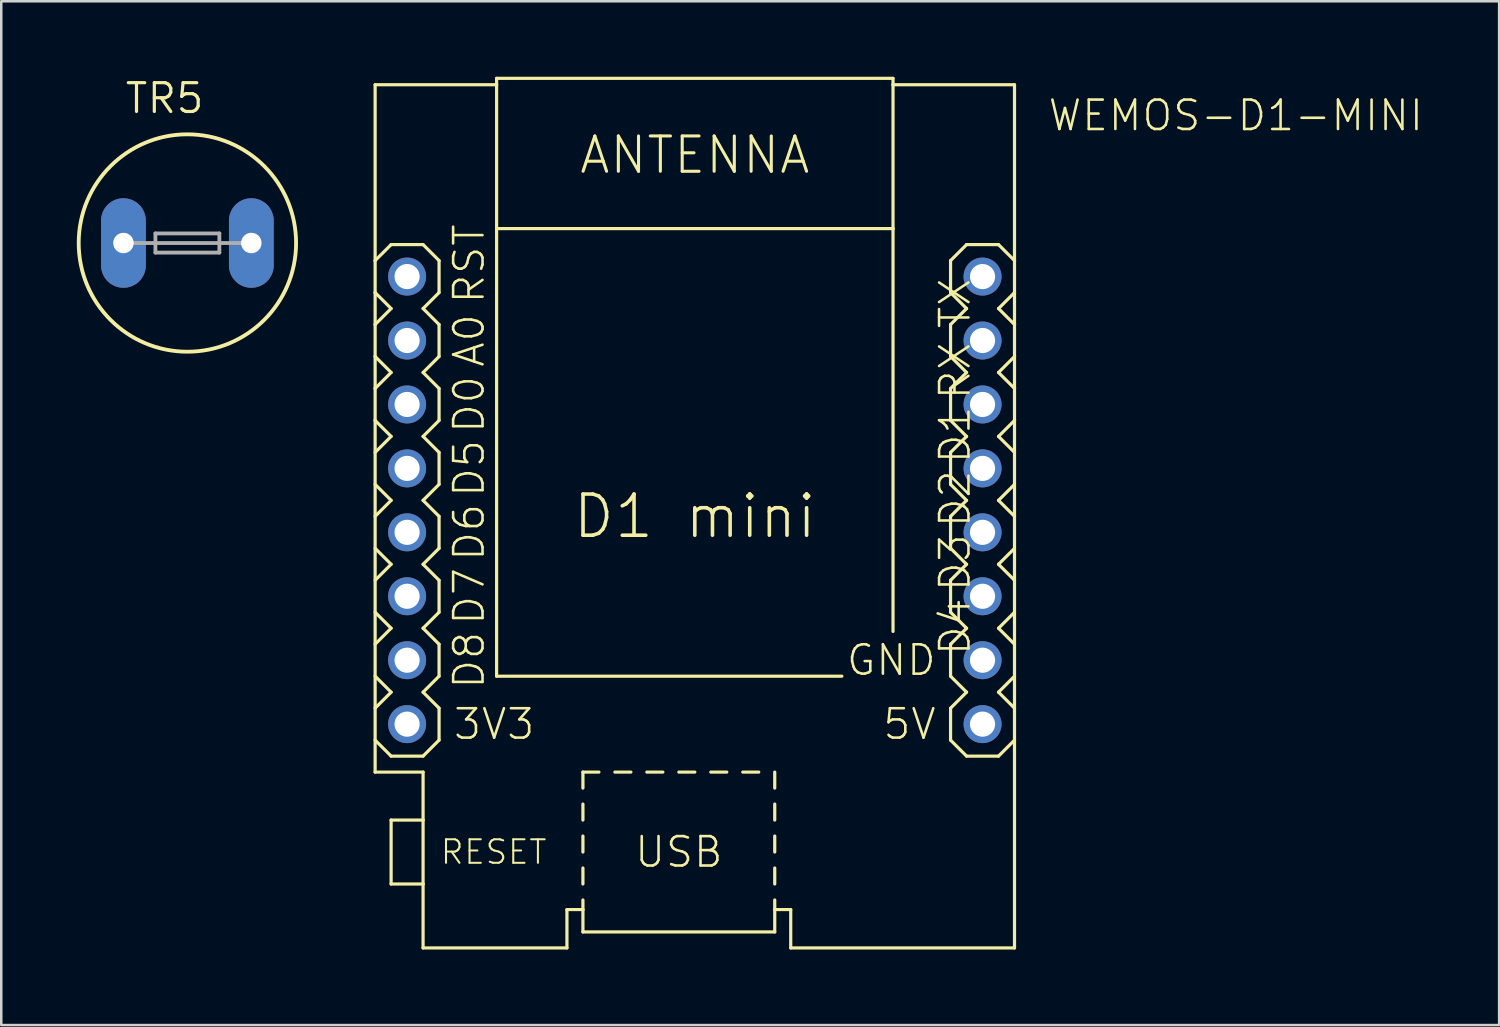
<source format=kicad_pcb>
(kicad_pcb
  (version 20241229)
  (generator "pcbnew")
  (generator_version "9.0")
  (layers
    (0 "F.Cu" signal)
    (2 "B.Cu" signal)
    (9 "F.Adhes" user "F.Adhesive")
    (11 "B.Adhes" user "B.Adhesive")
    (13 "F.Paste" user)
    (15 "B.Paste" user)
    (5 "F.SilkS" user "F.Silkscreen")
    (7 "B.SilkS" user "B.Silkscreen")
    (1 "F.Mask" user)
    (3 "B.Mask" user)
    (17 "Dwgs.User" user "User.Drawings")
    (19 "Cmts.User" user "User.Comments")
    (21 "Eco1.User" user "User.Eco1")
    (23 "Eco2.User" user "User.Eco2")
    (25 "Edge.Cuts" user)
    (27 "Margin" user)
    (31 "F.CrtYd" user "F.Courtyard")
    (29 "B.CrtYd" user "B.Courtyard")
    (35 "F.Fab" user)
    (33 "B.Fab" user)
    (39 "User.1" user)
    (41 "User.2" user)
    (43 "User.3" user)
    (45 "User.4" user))
  (footprint "TR5"
    (layer "F.Cu")
    (at 4.394 6.604)
    (property "Reference" "TR5" (at -2.54 -5.08 0) (layer "F.SilkS") (effects (font (size 1.143 1.143) (thickness 0.127)) (justify left bottom)))
    (fp_circle (center 0 0) (end 4.318 0) (stroke (width 0.152) (type solid)) (fill no) (layer "F.SilkS"))
    (fp_line (start -2.159 0) (end 2.159 0) (stroke (width 0.152) (type solid)) (layer "F.Fab"))
    (fp_line (start -1.27 -0.381) (end -1.27 0.381) (stroke (width 0.152) (type solid)) (layer "F.Fab"))
    (fp_line (start -1.27 0.381) (end 1.27 0.381) (stroke (width 0.152) (type solid)) (layer "F.Fab"))
    (fp_line (start 1.27 -0.381) (end -1.27 -0.381) (stroke (width 0.152) (type solid)) (layer "F.Fab"))
    (fp_line (start 1.27 -0.381) (end 1.27 0.381) (stroke (width 0.152) (type solid)) (layer "F.Fab"))
    (pad "1" thru_hole oval (at -2.54 0 90) (size 3.556 1.778) (drill 0.813) (layers "*.Cu" "*.Mask"))
    (pad "2" thru_hole oval (at 2.54 0 90) (size 3.556 1.778) (drill 0.813) (layers "*.Cu" "*.Mask")))
  (footprint "WEMOS-D1-MINI"
    (layer "F.Cu")
    (at 24.552 17.462)
    (property "Reference" "WEMOS-D1-MINI" (at 13.97 -15.24 0) (layer "F.SilkS") (effects (font (size 1.168 1.168) (thickness 0.102)) (justify left bottom)))
    (fp_line (start -12.7 -17.145) (end -7.874 -17.145) (stroke (width 0.127) (type solid)) (layer "F.SilkS"))
    (fp_line (start -12.7 -10.16) (end -12.7 -17.145) (stroke (width 0.127) (type solid)) (layer "F.SilkS"))
    (fp_line (start -12.7 -10.16) (end -12.065 -10.795) (stroke (width 0.127) (type solid)) (layer "F.SilkS"))
    (fp_line (start -12.7 -8.89) (end -12.7 -10.16) (stroke (width 0.127) (type solid)) (layer "F.SilkS"))
    (fp_line (start -12.7 -7.62) (end -12.7 -8.89) (stroke (width 0.127) (type solid)) (layer "F.SilkS"))
    (fp_line (start -12.7 -7.62) (end -12.065 -8.255) (stroke (width 0.127) (type solid)) (layer "F.SilkS"))
    (fp_line (start -12.7 -6.35) (end -12.7 -7.62) (stroke (width 0.127) (type solid)) (layer "F.SilkS"))
    (fp_line (start -12.7 -5.08) (end -12.7 -6.35) (stroke (width 0.127) (type solid)) (layer "F.SilkS"))
    (fp_line (start -12.7 -5.08) (end -12.065 -5.715) (stroke (width 0.127) (type solid)) (layer "F.SilkS"))
    (fp_line (start -12.7 -3.81) (end -12.7 -5.08) (stroke (width 0.127) (type solid)) (layer "F.SilkS"))
    (fp_line (start -12.7 -3.81) (end -12.7 10.16) (stroke (width 0.127) (type solid)) (layer "F.SilkS"))
    (fp_line (start -12.7 -2.54) (end -12.065 -3.175) (stroke (width 0.127) (type solid)) (layer "F.SilkS"))
    (fp_line (start -12.7 -1.27) (end -12.065 -0.635) (stroke (width 0.127) (type solid)) (layer "F.SilkS"))
    (fp_line (start -12.7 1.27) (end -12.065 1.905) (stroke (width 0.127) (type solid)) (layer "F.SilkS"))
    (fp_line (start -12.7 3.81) (end -12.065 4.445) (stroke (width 0.127) (type solid)) (layer "F.SilkS"))
    (fp_line (start -12.7 6.35) (end -12.065 6.985) (stroke (width 0.127) (type solid)) (layer "F.SilkS"))
    (fp_line (start -12.7 8.89) (end -12.065 9.525) (stroke (width 0.127) (type solid)) (layer "F.SilkS"))
    (fp_line (start -12.7 10.16) (end -10.795 10.16) (stroke (width 0.127) (type solid)) (layer "F.SilkS"))
    (fp_line (start -12.065 -10.795) (end -10.795 -10.795) (stroke (width 0.127) (type solid)) (layer "F.SilkS"))
    (fp_line (start -12.065 -8.255) (end -12.7 -8.89) (stroke (width 0.127) (type solid)) (layer "F.SilkS"))
    (fp_line (start -12.065 -5.715) (end -12.7 -6.35) (stroke (width 0.127) (type solid)) (layer "F.SilkS"))
    (fp_line (start -12.065 -3.175) (end -12.7 -3.81) (stroke (width 0.127) (type solid)) (layer "F.SilkS"))
    (fp_line (start -12.065 -0.635) (end -12.7 0) (stroke (width 0.127) (type solid)) (layer "F.SilkS"))
    (fp_line (start -12.065 1.905) (end -12.7 2.54) (stroke (width 0.127) (type solid)) (layer "F.SilkS"))
    (fp_line (start -12.065 4.445) (end -12.7 5.08) (stroke (width 0.127) (type solid)) (layer "F.SilkS"))
    (fp_line (start -12.065 6.985) (end -12.7 7.62) (stroke (width 0.127) (type solid)) (layer "F.SilkS"))
    (fp_line (start -12.065 9.525) (end -10.795 9.525) (stroke (width 0.127) (type solid)) (layer "F.SilkS"))
    (fp_line (start -12.065 12.065) (end -12.065 14.605) (stroke (width 0.127) (type solid)) (layer "F.SilkS"))
    (fp_line (start -12.065 14.605) (end -10.795 14.605) (stroke (width 0.127) (type solid)) (layer "F.SilkS"))
    (fp_line (start -10.795 -10.795) (end -10.16 -10.16) (stroke (width 0.127) (type solid)) (layer "F.SilkS"))
    (fp_line (start -10.795 -8.255) (end -10.16 -7.62) (stroke (width 0.127) (type solid)) (layer "F.SilkS"))
    (fp_line (start -10.795 -5.715) (end -10.16 -5.08) (stroke (width 0.127) (type solid)) (layer "F.SilkS"))
    (fp_line (start -10.795 -3.175) (end -10.16 -2.54) (stroke (width 0.127) (type solid)) (layer "F.SilkS"))
    (fp_line (start -10.795 -0.635) (end -10.16 0) (stroke (width 0.127) (type solid)) (layer "F.SilkS"))
    (fp_line (start -10.795 1.905) (end -10.16 2.54) (stroke (width 0.127) (type solid)) (layer "F.SilkS"))
    (fp_line (start -10.795 4.445) (end -10.16 5.08) (stroke (width 0.127) (type solid)) (layer "F.SilkS"))
    (fp_line (start -10.795 9.525) (end -10.16 8.89) (stroke (width 0.127) (type solid)) (layer "F.SilkS"))
    (fp_line (start -10.795 10.16) (end -10.795 12.065) (stroke (width 0.127) (type solid)) (layer "F.SilkS"))
    (fp_line (start -10.795 12.065) (end -12.065 12.065) (stroke (width 0.127) (type solid)) (layer "F.SilkS"))
    (fp_line (start -10.795 12.065) (end -10.795 14.605) (stroke (width 0.127) (type solid)) (layer "F.SilkS"))
    (fp_line (start -10.795 14.605) (end -10.795 17.145) (stroke (width 0.127) (type solid)) (layer "F.SilkS"))
    (fp_line (start -10.795 17.145) (end -5.08 17.145) (stroke (width 0.127) (type solid)) (layer "F.SilkS"))
    (fp_line (start -10.16 -10.16) (end -10.16 -8.89) (stroke (width 0.127) (type solid)) (layer "F.SilkS"))
    (fp_line (start -10.16 -8.89) (end -10.795 -8.255) (stroke (width 0.127) (type solid)) (layer "F.SilkS"))
    (fp_line (start -10.16 -7.62) (end -10.16 -6.35) (stroke (width 0.127) (type solid)) (layer "F.SilkS"))
    (fp_line (start -10.16 -6.35) (end -10.795 -5.715) (stroke (width 0.127) (type solid)) (layer "F.SilkS"))
    (fp_line (start -10.16 -5.08) (end -10.16 -3.81) (stroke (width 0.127) (type solid)) (layer "F.SilkS"))
    (fp_line (start -10.16 -3.81) (end -10.795 -3.175) (stroke (width 0.127) (type solid)) (layer "F.SilkS"))
    (fp_line (start -10.16 -2.54) (end -10.16 -1.27) (stroke (width 0.127) (type solid)) (layer "F.SilkS"))
    (fp_line (start -10.16 -1.27) (end -10.795 -0.635) (stroke (width 0.127) (type solid)) (layer "F.SilkS"))
    (fp_line (start -10.16 0) (end -10.16 1.27) (stroke (width 0.127) (type solid)) (layer "F.SilkS"))
    (fp_line (start -10.16 1.27) (end -10.795 1.905) (stroke (width 0.127) (type solid)) (layer "F.SilkS"))
    (fp_line (start -10.16 2.54) (end -10.16 3.81) (stroke (width 0.127) (type solid)) (layer "F.SilkS"))
    (fp_line (start -10.16 3.81) (end -10.795 4.445) (stroke (width 0.127) (type solid)) (layer "F.SilkS"))
    (fp_line (start -10.16 5.08) (end -10.16 6.35) (stroke (width 0.127) (type solid)) (layer "F.SilkS"))
    (fp_line (start -10.16 6.35) (end -10.795 6.985) (stroke (width 0.127) (type solid)) (layer "F.SilkS"))
    (fp_line (start -10.16 7.62) (end -10.795 6.985) (stroke (width 0.127) (type solid)) (layer "F.SilkS"))
    (fp_line (start -10.16 8.89) (end -10.16 7.62) (stroke (width 0.127) (type solid)) (layer "F.SilkS"))
    (fp_line (start -7.874 -17.399) (end -7.874 -17.145) (stroke (width 0.127) (type solid)) (layer "F.SilkS"))
    (fp_line (start -7.874 -17.399) (end 7.874 -17.399) (stroke (width 0.127) (type solid)) (layer "F.SilkS"))
    (fp_line (start -7.874 -17.145) (end -7.874 -11.43) (stroke (width 0.127) (type solid)) (layer "F.SilkS"))
    (fp_line (start -7.874 -11.43) (end -7.874 6.35) (stroke (width 0.127) (type solid)) (layer "F.SilkS"))
    (fp_line (start -7.874 -11.43) (end 7.874 -11.43) (stroke (width 0.127) (type solid)) (layer "F.SilkS"))
    (fp_line (start -7.874 6.35) (end 5.842 6.35) (stroke (width 0.127) (type solid)) (layer "F.SilkS"))
    (fp_line (start -5.08 15.621) (end -4.445 15.621) (stroke (width 0.127) (type solid)) (layer "F.SilkS"))
    (fp_line (start -5.08 17.145) (end -5.08 15.621) (stroke (width 0.127) (type solid)) (layer "F.SilkS"))
    (fp_line (start -4.445 10.16) (end -4.445 10.795) (stroke (width 0.127) (type solid)) (layer "F.SilkS"))
    (fp_line (start -4.445 10.16) (end -3.81 10.16) (stroke (width 0.127) (type solid)) (layer "F.SilkS"))
    (fp_line (start -4.445 11.43) (end -4.445 12.065) (stroke (width 0.127) (type solid)) (layer "F.SilkS"))
    (fp_line (start -4.445 12.7) (end -4.445 13.335) (stroke (width 0.127) (type solid)) (layer "F.SilkS"))
    (fp_line (start -4.445 13.97) (end -4.445 14.605) (stroke (width 0.127) (type solid)) (layer "F.SilkS"))
    (fp_line (start -4.445 15.24) (end -4.445 15.621) (stroke (width 0.127) (type solid)) (layer "F.SilkS"))
    (fp_line (start -4.445 15.621) (end -4.445 16.51) (stroke (width 0.127) (type solid)) (layer "F.SilkS"))
    (fp_line (start -4.445 16.51) (end 3.175 16.51) (stroke (width 0.127) (type solid)) (layer "F.SilkS"))
    (fp_line (start -3.175 10.16) (end -2.54 10.16) (stroke (width 0.127) (type solid)) (layer "F.SilkS"))
    (fp_line (start -1.905 10.16) (end -1.27 10.16) (stroke (width 0.127) (type solid)) (layer "F.SilkS"))
    (fp_line (start -0.635 10.16) (end 0 10.16) (stroke (width 0.127) (type solid)) (layer "F.SilkS"))
    (fp_line (start 0.635 10.16) (end 1.27 10.16) (stroke (width 0.127) (type solid)) (layer "F.SilkS"))
    (fp_line (start 1.905 10.16) (end 2.54 10.16) (stroke (width 0.127) (type solid)) (layer "F.SilkS"))
    (fp_line (start 3.175 10.16) (end 3.175 10.795) (stroke (width 0.127) (type solid)) (layer "F.SilkS"))
    (fp_line (start 3.175 11.43) (end 3.175 12.065) (stroke (width 0.127) (type solid)) (layer "F.SilkS"))
    (fp_line (start 3.175 12.7) (end 3.175 13.335) (stroke (width 0.127) (type solid)) (layer "F.SilkS"))
    (fp_line (start 3.175 13.97) (end 3.175 14.605) (stroke (width 0.127) (type solid)) (layer "F.SilkS"))
    (fp_line (start 3.175 15.24) (end 3.175 15.621) (stroke (width 0.127) (type solid)) (layer "F.SilkS"))
    (fp_line (start 3.175 16.51) (end 3.175 15.621) (stroke (width 0.127) (type solid)) (layer "F.SilkS"))
    (fp_line (start 3.81 15.621) (end 3.175 15.621) (stroke (width 0.127) (type solid)) (layer "F.SilkS"))
    (fp_line (start 3.81 15.621) (end 3.81 17.145) (stroke (width 0.127) (type solid)) (layer "F.SilkS"))
    (fp_line (start 3.81 17.145) (end 12.7 17.145) (stroke (width 0.127) (type solid)) (layer "F.SilkS"))
    (fp_line (start 7.874 -17.399) (end 7.874 -17.145) (stroke (width 0.127) (type solid)) (layer "F.SilkS"))
    (fp_line (start 7.874 -17.145) (end 12.7 -17.145) (stroke (width 0.127) (type solid)) (layer "F.SilkS"))
    (fp_line (start 7.874 -11.43) (end 7.874 -17.145) (stroke (width 0.127) (type solid)) (layer "F.SilkS"))
    (fp_line (start 7.874 -11.43) (end 7.874 4.572) (stroke (width 0.127) (type solid)) (layer "F.SilkS"))
    (fp_line (start 10.16 -10.16) (end 10.795 -10.795) (stroke (width 0.127) (type solid)) (layer "F.SilkS"))
    (fp_line (start 10.16 -8.89) (end 10.16 -10.16) (stroke (width 0.127) (type solid)) (layer "F.SilkS"))
    (fp_line (start 10.16 -7.62) (end 10.795 -8.255) (stroke (width 0.127) (type solid)) (layer "F.SilkS"))
    (fp_line (start 10.16 -6.35) (end 10.16 -7.62) (stroke (width 0.127) (type solid)) (layer "F.SilkS"))
    (fp_line (start 10.16 -5.08) (end 10.795 -5.715) (stroke (width 0.127) (type solid)) (layer "F.SilkS"))
    (fp_line (start 10.16 -3.81) (end 10.16 -5.08) (stroke (width 0.127) (type solid)) (layer "F.SilkS"))
    (fp_line (start 10.16 -2.54) (end 10.16 -1.27) (stroke (width 0.127) (type solid)) (layer "F.SilkS"))
    (fp_line (start 10.16 -2.54) (end 10.795 -3.175) (stroke (width 0.127) (type solid)) (layer "F.SilkS"))
    (fp_line (start 10.16 -1.27) (end 10.795 -0.635) (stroke (width 0.127) (type solid)) (layer "F.SilkS"))
    (fp_line (start 10.16 0) (end 10.16 1.27) (stroke (width 0.127) (type solid)) (layer "F.SilkS"))
    (fp_line (start 10.16 1.27) (end 10.795 1.905) (stroke (width 0.127) (type solid)) (layer "F.SilkS"))
    (fp_line (start 10.16 3.81) (end 10.16 2.54) (stroke (width 0.127) (type solid)) (layer "F.SilkS"))
    (fp_line (start 10.16 3.81) (end 10.795 4.445) (stroke (width 0.127) (type solid)) (layer "F.SilkS"))
    (fp_line (start 10.16 6.35) (end 10.16 5.08) (stroke (width 0.127) (type solid)) (layer "F.SilkS"))
    (fp_line (start 10.16 6.35) (end 10.795 6.985) (stroke (width 0.127) (type solid)) (layer "F.SilkS"))
    (fp_line (start 10.16 7.62) (end 10.16 8.89) (stroke (width 0.127) (type solid)) (layer "F.SilkS"))
    (fp_line (start 10.16 8.89) (end 10.795 9.525) (stroke (width 0.127) (type solid)) (layer "F.SilkS"))
    (fp_line (start 10.795 -10.795) (end 12.065 -10.795) (stroke (width 0.127) (type solid)) (layer "F.SilkS"))
    (fp_line (start 10.795 -8.255) (end 10.16 -8.89) (stroke (width 0.127) (type solid)) (layer "F.SilkS"))
    (fp_line (start 10.795 -5.715) (end 10.16 -6.35) (stroke (width 0.127) (type solid)) (layer "F.SilkS"))
    (fp_line (start 10.795 -3.175) (end 10.16 -3.81) (stroke (width 0.127) (type solid)) (layer "F.SilkS"))
    (fp_line (start 10.795 -0.635) (end 10.16 0) (stroke (width 0.127) (type solid)) (layer "F.SilkS"))
    (fp_line (start 10.795 1.905) (end 10.16 2.54) (stroke (width 0.127) (type solid)) (layer "F.SilkS"))
    (fp_line (start 10.795 4.445) (end 10.16 5.08) (stroke (width 0.127) (type solid)) (layer "F.SilkS"))
    (fp_line (start 10.795 6.985) (end 10.16 7.62) (stroke (width 0.127) (type solid)) (layer "F.SilkS"))
    (fp_line (start 10.795 9.525) (end 12.065 9.525) (stroke (width 0.127) (type solid)) (layer "F.SilkS"))
    (fp_line (start 12.065 -10.795) (end 12.7 -10.16) (stroke (width 0.127) (type solid)) (layer "F.SilkS"))
    (fp_line (start 12.065 -8.255) (end 12.7 -7.62) (stroke (width 0.127) (type solid)) (layer "F.SilkS"))
    (fp_line (start 12.065 -5.715) (end 12.7 -5.08) (stroke (width 0.127) (type solid)) (layer "F.SilkS"))
    (fp_line (start 12.065 -3.175) (end 12.7 -2.54) (stroke (width 0.127) (type solid)) (layer "F.SilkS"))
    (fp_line (start 12.065 -0.635) (end 12.7 0) (stroke (width 0.127) (type solid)) (layer "F.SilkS"))
    (fp_line (start 12.065 1.905) (end 12.7 2.54) (stroke (width 0.127) (type solid)) (layer "F.SilkS"))
    (fp_line (start 12.065 4.445) (end 12.7 5.08) (stroke (width 0.127) (type solid)) (layer "F.SilkS"))
    (fp_line (start 12.065 9.525) (end 12.7 8.89) (stroke (width 0.127) (type solid)) (layer "F.SilkS"))
    (fp_line (start 12.7 -17.145) (end 12.7 -10.16) (stroke (width 0.127) (type solid)) (layer "F.SilkS"))
    (fp_line (start 12.7 -10.16) (end 12.7 -8.89) (stroke (width 0.127) (type solid)) (layer "F.SilkS"))
    (fp_line (start 12.7 -8.89) (end 12.065 -8.255) (stroke (width 0.127) (type solid)) (layer "F.SilkS"))
    (fp_line (start 12.7 -8.89) (end 12.7 -7.62) (stroke (width 0.127) (type solid)) (layer "F.SilkS"))
    (fp_line (start 12.7 -7.62) (end 12.7 -6.35) (stroke (width 0.127) (type solid)) (layer "F.SilkS"))
    (fp_line (start 12.7 -6.35) (end 12.065 -5.715) (stroke (width 0.127) (type solid)) (layer "F.SilkS"))
    (fp_line (start 12.7 -6.35) (end 12.7 -5.08) (stroke (width 0.127) (type solid)) (layer "F.SilkS"))
    (fp_line (start 12.7 -5.08) (end 12.7 -3.81) (stroke (width 0.127) (type solid)) (layer "F.SilkS"))
    (fp_line (start 12.7 -3.81) (end 12.065 -3.175) (stroke (width 0.127) (type solid)) (layer "F.SilkS"))
    (fp_line (start 12.7 -3.81) (end 12.7 17.145) (stroke (width 0.127) (type solid)) (layer "F.SilkS"))
    (fp_line (start 12.7 -1.27) (end 12.065 -0.635) (stroke (width 0.127) (type solid)) (layer "F.SilkS"))
    (fp_line (start 12.7 1.27) (end 12.065 1.905) (stroke (width 0.127) (type solid)) (layer "F.SilkS"))
    (fp_line (start 12.7 3.81) (end 12.065 4.445) (stroke (width 0.127) (type solid)) (layer "F.SilkS"))
    (fp_line (start 12.7 6.35) (end 12.065 6.985) (stroke (width 0.127) (type solid)) (layer "F.SilkS"))
    (fp_line (start 12.7 7.62) (end 12.065 6.985) (stroke (width 0.127) (type solid)) (layer "F.SilkS"))
    (fp_text user "D1 mini" (at 0 0 0) (layer "F.SilkS") (effects (font (size 1.636 1.636) (thickness 0.142))))
    (fp_text user "3V3" (at -9.652 8.255 0) (layer "F.SilkS") (effects (font (size 1.168 1.168) (thickness 0.102)) (justify left)))
    (fp_text user "D7" (at -9.652 3.175 90) (layer "F.SilkS") (effects (font (size 1.168 1.168) (thickness 0.102)) (justify top)))
    (fp_text user "RX" (at 9.652 -6.985 90) (layer "F.SilkS") (effects (font (size 1.168 1.168) (thickness 0.102)) (justify right top)))
    (fp_text user "D4" (at 9.652 3.175 90) (layer "F.SilkS") (effects (font (size 1.168 1.168) (thickness 0.102)) (justify right top)))
    (fp_text user "A0" (at -9.652 -6.985 90) (layer "F.SilkS") (effects (font (size 1.168 1.168) (thickness 0.102)) (justify top)))
    (fp_text user "TX" (at 9.652 -9.525 90) (layer "F.SilkS") (effects (font (size 1.168 1.168) (thickness 0.102)) (justify right top)))
    (fp_text user "5V" (at 9.652 8.255 0) (layer "F.SilkS") (effects (font (size 1.168 1.168) (thickness 0.102)) (justify right)))
    (fp_text user "D6" (at -9.652 0.635 90) (layer "F.SilkS") (effects (font (size 1.168 1.168) (thickness 0.102)) (justify top)))
    (fp_text user "USB" (at -0.635 13.335 0) (layer "F.SilkS") (effects (font (size 1.168 1.168) (thickness 0.102))))
    (fp_text user "D2" (at 9.652 -1.905 90) (layer "F.SilkS") (effects (font (size 1.168 1.168) (thickness 0.102)) (justify right top)))
    (fp_text user "D3" (at 9.652 0.635 90) (layer "F.SilkS") (effects (font (size 1.168 1.168) (thickness 0.102)) (justify right top)))
    (fp_text user "D8" (at -9.652 5.715 90) (layer "F.SilkS") (effects (font (size 1.168 1.168) (thickness 0.102)) (justify top)))
    (fp_text user "D0" (at -9.652 -4.445 90) (layer "F.SilkS") (effects (font (size 1.168 1.168) (thickness 0.102)) (justify top)))
    (fp_text user "GND" (at 9.652 5.715 0) (layer "F.SilkS") (effects (font (size 1.168 1.168) (thickness 0.102)) (justify right)))
    (fp_text user "D5" (at -9.652 -1.905 90) (layer "F.SilkS") (effects (font (size 1.168 1.168) (thickness 0.102)) (justify top)))
    (fp_text user "D1" (at 9.652 -4.445 90) (layer "F.SilkS") (effects (font (size 1.168 1.168) (thickness 0.102)) (justify right top)))
    (fp_text user "RST" (at -9.652 -10.033 90) (layer "F.SilkS") (effects (font (size 1.168 1.168) (thickness 0.102)) (justify top)))
    (fp_text user "ANTENNA" (at 0 -14.351 0) (layer "F.SilkS") (effects (font (size 1.402 1.402) (thickness 0.122))))
    (fp_text user "RESET" (at -10.16 13.335 0) (layer "F.SilkS") (effects (font (size 0.935 0.935) (thickness 0.081)) (justify left)))
    (pad "JP1.1" thru_hole circle (at -11.43 -9.525) (size 1.508 1.508) (drill 1) (layers "*.Cu" "*.Mask"))
    (pad "JP1.2" thru_hole circle (at -11.43 -6.985) (size 1.508 1.508) (drill 1) (layers "*.Cu" "*.Mask"))
    (pad "JP1.3" thru_hole circle (at -11.43 -4.445) (size 1.508 1.508) (drill 1) (layers "*.Cu" "*.Mask"))
    (pad "JP1.4" thru_hole circle (at -11.43 -1.905) (size 1.508 1.508) (drill 1) (layers "*.Cu" "*.Mask"))
    (pad "JP1.5" thru_hole circle (at -11.43 0.635) (size 1.508 1.508) (drill 1) (layers "*.Cu" "*.Mask"))
    (pad "JP1.6" thru_hole circle (at -11.43 3.175) (size 1.508 1.508) (drill 1) (layers "*.Cu" "*.Mask"))
    (pad "JP1.7" thru_hole circle (at -11.43 5.715) (size 1.508 1.508) (drill 1) (layers "*.Cu" "*.Mask"))
    (pad "JP1.8" thru_hole circle (at -11.43 8.255) (size 1.508 1.508) (drill 1) (layers "*.Cu" "*.Mask"))
    (pad "JP2.1" thru_hole circle (at 11.43 -9.525) (size 1.508 1.508) (drill 1) (layers "*.Cu" "*.Mask"))
    (pad "JP2.2" thru_hole circle (at 11.43 -6.985) (size 1.508 1.508) (drill 1) (layers "*.Cu" "*.Mask"))
    (pad "JP2.3" thru_hole circle (at 11.43 -4.445) (size 1.508 1.508) (drill 1) (layers "*.Cu" "*.Mask"))
    (pad "JP2.4" thru_hole circle (at 11.43 -1.905) (size 1.508 1.508) (drill 1) (layers "*.Cu" "*.Mask"))
    (pad "JP2.5" thru_hole circle (at 11.43 0.635) (size 1.508 1.508) (drill 1) (layers "*.Cu" "*.Mask"))
    (pad "JP2.6" thru_hole circle (at 11.43 3.175) (size 1.508 1.508) (drill 1) (layers "*.Cu" "*.Mask"))
    (pad "JP2.7" thru_hole circle (at 11.43 5.715) (size 1.508 1.508) (drill 1) (layers "*.Cu" "*.Mask"))
    (pad "JP2.8" thru_hole circle (at 11.43 8.255) (size 1.508 1.508) (drill 1) (layers "*.Cu" "*.Mask")))
  (gr_rect
    (start -3 -3)
    (end 56.504 37.671)
    (stroke (width 0.1) (type default))
    (fill no)
    (layer "Edge.Cuts")))
</source>
